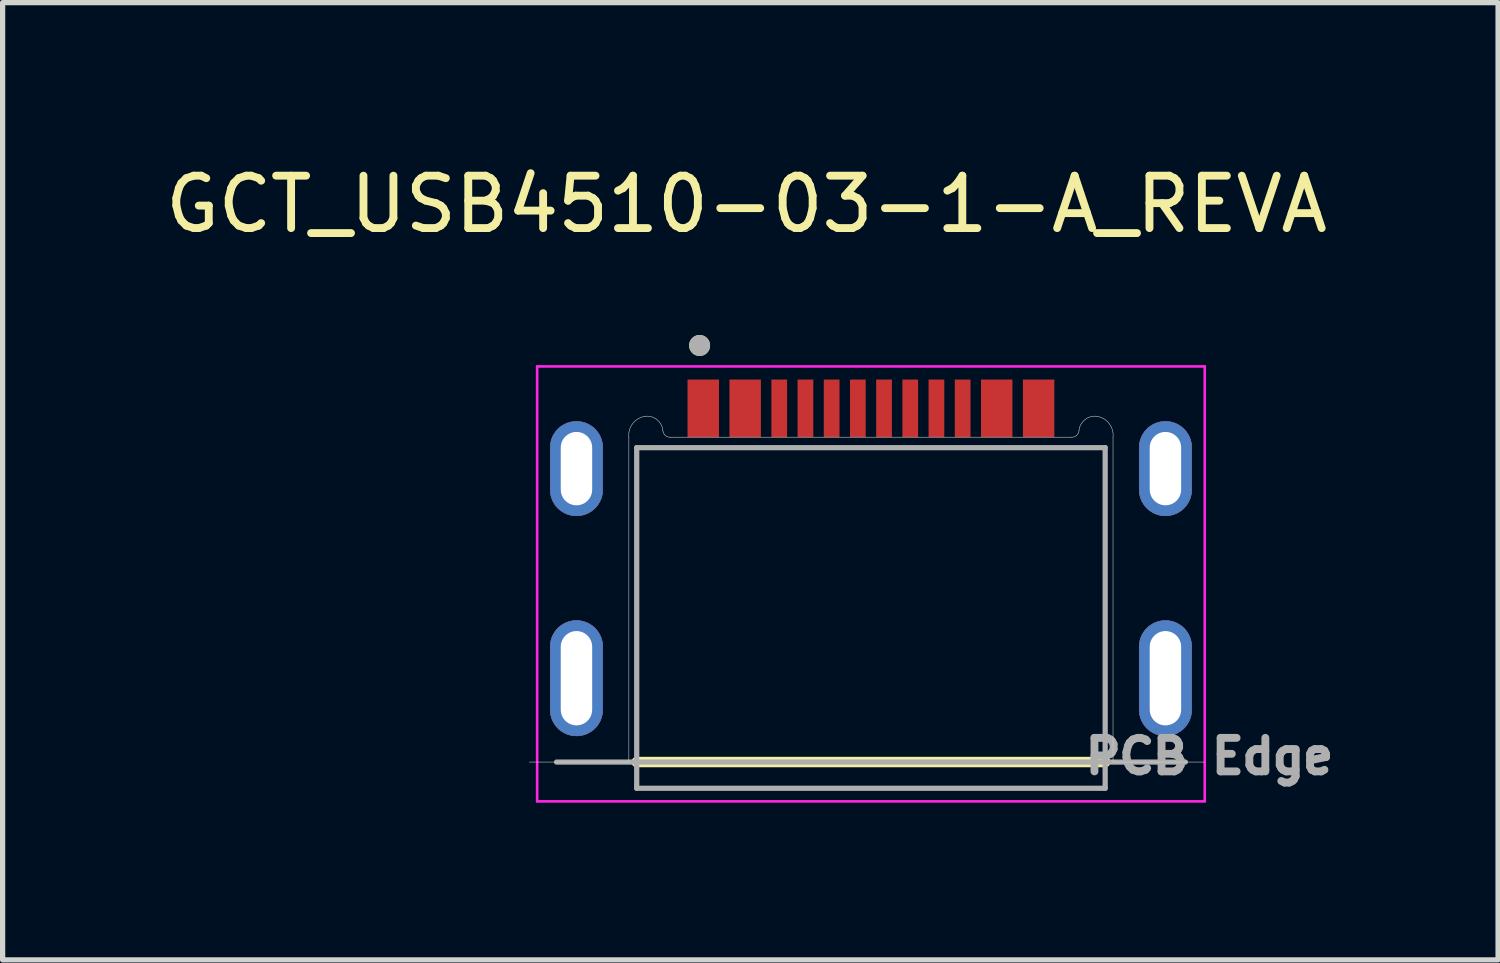
<source format=kicad_pcb>
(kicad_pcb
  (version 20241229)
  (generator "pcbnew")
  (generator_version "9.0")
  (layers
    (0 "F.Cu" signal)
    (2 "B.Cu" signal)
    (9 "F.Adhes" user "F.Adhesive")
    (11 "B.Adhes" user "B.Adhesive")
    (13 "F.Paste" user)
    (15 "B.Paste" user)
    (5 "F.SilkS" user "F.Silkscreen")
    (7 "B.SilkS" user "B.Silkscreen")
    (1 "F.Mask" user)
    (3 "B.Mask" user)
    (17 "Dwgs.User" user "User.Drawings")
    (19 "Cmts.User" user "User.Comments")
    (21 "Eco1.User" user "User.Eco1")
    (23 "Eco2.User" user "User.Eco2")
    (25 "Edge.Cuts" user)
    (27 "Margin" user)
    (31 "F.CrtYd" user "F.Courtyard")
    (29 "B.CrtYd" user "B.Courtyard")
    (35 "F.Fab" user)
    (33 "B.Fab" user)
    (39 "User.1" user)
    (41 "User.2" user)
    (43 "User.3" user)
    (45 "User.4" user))
  (footprint "GCT_USB4510-03-1-A_REVA"
    (layer "F.Cu")
    (at 13.571 9.893)
    (property "Reference" "GCT_USB4510-03-1-A_REVA" (at -2.375 -9.045 0) (layer "F.SilkS") (effects (font (size 1 1) (thickness 0.15))))
    (attr smd)
    (fp_poly (pts (xy -5.62 -3.1) (xy -5.646 -3.101) (xy -5.672 -3.103) (xy -5.698 -3.106) (xy -5.724 -3.111) (xy -5.749 -3.117) (xy -5.775 -3.124) (xy -5.799 -3.133) (xy -5.823 -3.143) (xy -5.847 -3.154) (xy -5.87 -3.167) (xy -5.892 -3.181) (xy -5.914 -3.195) (xy -5.935 -3.211) (xy -5.955 -3.228) (xy -5.974 -3.246) (xy -5.992 -3.265) (xy -6.009 -3.285) (xy -6.025 -3.306) (xy -6.039 -3.328) (xy -6.053 -3.35) (xy -6.066 -3.373) (xy -6.077 -3.397) (xy -6.087 -3.421) (xy -6.096 -3.445) (xy -6.103 -3.471) (xy -6.109 -3.496) (xy -6.114 -3.522) (xy -6.117 -3.548) (xy -6.119 -3.574) (xy -6.12 -3.6) (xy -6.12 -4.4) (xy -6.119 -4.426) (xy -6.117 -4.452) (xy -6.114 -4.478) (xy -6.109 -4.504) (xy -6.103 -4.529) (xy -6.096 -4.555) (xy -6.087 -4.579) (xy -6.077 -4.603) (xy -6.066 -4.627) (xy -6.053 -4.65) (xy -6.039 -4.672) (xy -6.025 -4.694) (xy -6.009 -4.715) (xy -5.992 -4.735) (xy -5.974 -4.754) (xy -5.955 -4.772) (xy -5.935 -4.789) (xy -5.914 -4.805) (xy -5.892 -4.819) (xy -5.87 -4.833) (xy -5.847 -4.846) (xy -5.823 -4.857) (xy -5.799 -4.867) (xy -5.775 -4.876) (xy -5.749 -4.883) (xy -5.724 -4.889) (xy -5.698 -4.894) (xy -5.672 -4.897) (xy -5.646 -4.899) (xy -5.62 -4.9) (xy -5.594 -4.899) (xy -5.568 -4.897) (xy -5.542 -4.894) (xy -5.516 -4.889) (xy -5.491 -4.883) (xy -5.465 -4.876) (xy -5.441 -4.867) (xy -5.417 -4.857) (xy -5.393 -4.846) (xy -5.37 -4.833) (xy -5.348 -4.819) (xy -5.326 -4.805) (xy -5.305 -4.789) (xy -5.285 -4.772) (xy -5.266 -4.754) (xy -5.248 -4.735) (xy -5.231 -4.715) (xy -5.215 -4.694) (xy -5.201 -4.672) (xy -5.187 -4.65) (xy -5.174 -4.627) (xy -5.163 -4.603) (xy -5.153 -4.579) (xy -5.144 -4.555) (xy -5.137 -4.529) (xy -5.131 -4.504) (xy -5.126 -4.478) (xy -5.123 -4.452) (xy -5.121 -4.426) (xy -5.12 -4.4) (xy -5.12 -3.6) (xy -5.121 -3.574) (xy -5.123 -3.548) (xy -5.126 -3.522) (xy -5.131 -3.496) (xy -5.137 -3.471) (xy -5.144 -3.445) (xy -5.153 -3.421) (xy -5.163 -3.397) (xy -5.174 -3.373) (xy -5.187 -3.35) (xy -5.201 -3.328) (xy -5.215 -3.306) (xy -5.231 -3.285) (xy -5.248 -3.265) (xy -5.266 -3.246) (xy -5.285 -3.228) (xy -5.305 -3.211) (xy -5.326 -3.195) (xy -5.348 -3.181) (xy -5.37 -3.167) (xy -5.393 -3.154) (xy -5.417 -3.143) (xy -5.441 -3.133) (xy -5.465 -3.124) (xy -5.491 -3.117) (xy -5.516 -3.111) (xy -5.542 -3.106) (xy -5.568 -3.103) (xy -5.594 -3.101) (xy -5.62 -3.1)) (stroke (width 0.01) (type solid)) (fill yes) (layer "F.Cu"))
    (fp_poly (pts (xy -5.62 1.1) (xy -5.646 1.099) (xy -5.672 1.097) (xy -5.698 1.094) (xy -5.724 1.089) (xy -5.749 1.083) (xy -5.775 1.076) (xy -5.799 1.067) (xy -5.823 1.057) (xy -5.847 1.046) (xy -5.87 1.033) (xy -5.892 1.019) (xy -5.914 1.005) (xy -5.935 0.989) (xy -5.955 0.972) (xy -5.974 0.954) (xy -5.992 0.935) (xy -6.009 0.915) (xy -6.025 0.894) (xy -6.039 0.872) (xy -6.053 0.85) (xy -6.066 0.827) (xy -6.077 0.803) (xy -6.087 0.779) (xy -6.096 0.755) (xy -6.103 0.729) (xy -6.109 0.704) (xy -6.114 0.678) (xy -6.117 0.652) (xy -6.119 0.626) (xy -6.12 0.6) (xy -6.12 -0.6) (xy -6.119 -0.626) (xy -6.117 -0.652) (xy -6.114 -0.678) (xy -6.109 -0.704) (xy -6.103 -0.729) (xy -6.096 -0.755) (xy -6.087 -0.779) (xy -6.077 -0.803) (xy -6.066 -0.827) (xy -6.053 -0.85) (xy -6.039 -0.872) (xy -6.025 -0.894) (xy -6.009 -0.915) (xy -5.992 -0.935) (xy -5.974 -0.954) (xy -5.955 -0.972) (xy -5.935 -0.989) (xy -5.914 -1.005) (xy -5.892 -1.019) (xy -5.87 -1.033) (xy -5.847 -1.046) (xy -5.823 -1.057) (xy -5.799 -1.067) (xy -5.775 -1.076) (xy -5.749 -1.083) (xy -5.724 -1.089) (xy -5.698 -1.094) (xy -5.672 -1.097) (xy -5.646 -1.099) (xy -5.62 -1.1) (xy -5.594 -1.099) (xy -5.568 -1.097) (xy -5.542 -1.094) (xy -5.516 -1.089) (xy -5.491 -1.083) (xy -5.465 -1.076) (xy -5.441 -1.067) (xy -5.417 -1.057) (xy -5.393 -1.046) (xy -5.37 -1.033) (xy -5.348 -1.019) (xy -5.326 -1.005) (xy -5.305 -0.989) (xy -5.285 -0.972) (xy -5.266 -0.954) (xy -5.248 -0.935) (xy -5.231 -0.915) (xy -5.215 -0.894) (xy -5.201 -0.872) (xy -5.187 -0.85) (xy -5.174 -0.827) (xy -5.163 -0.803) (xy -5.153 -0.779) (xy -5.144 -0.755) (xy -5.137 -0.729) (xy -5.131 -0.704) (xy -5.126 -0.678) (xy -5.123 -0.652) (xy -5.121 -0.626) (xy -5.12 -0.6) (xy -5.12 0.6) (xy -5.121 0.626) (xy -5.123 0.652) (xy -5.126 0.678) (xy -5.131 0.704) (xy -5.137 0.729) (xy -5.144 0.755) (xy -5.153 0.779) (xy -5.163 0.803) (xy -5.174 0.827) (xy -5.187 0.85) (xy -5.201 0.872) (xy -5.215 0.894) (xy -5.231 0.915) (xy -5.248 0.935) (xy -5.266 0.954) (xy -5.285 0.972) (xy -5.305 0.989) (xy -5.326 1.005) (xy -5.348 1.019) (xy -5.37 1.033) (xy -5.393 1.046) (xy -5.417 1.057) (xy -5.441 1.067) (xy -5.465 1.076) (xy -5.491 1.083) (xy -5.516 1.089) (xy -5.542 1.094) (xy -5.568 1.097) (xy -5.594 1.099) (xy -5.62 1.1)) (stroke (width 0.01) (type solid)) (fill yes) (layer "F.Cu"))
    (fp_poly (pts (xy 5.62 -3.1) (xy 5.594 -3.101) (xy 5.568 -3.103) (xy 5.542 -3.106) (xy 5.516 -3.111) (xy 5.491 -3.117) (xy 5.465 -3.124) (xy 5.441 -3.133) (xy 5.417 -3.143) (xy 5.393 -3.154) (xy 5.37 -3.167) (xy 5.348 -3.181) (xy 5.326 -3.195) (xy 5.305 -3.211) (xy 5.285 -3.228) (xy 5.266 -3.246) (xy 5.248 -3.265) (xy 5.231 -3.285) (xy 5.215 -3.306) (xy 5.201 -3.328) (xy 5.187 -3.35) (xy 5.174 -3.373) (xy 5.163 -3.397) (xy 5.153 -3.421) (xy 5.144 -3.445) (xy 5.137 -3.471) (xy 5.131 -3.496) (xy 5.126 -3.522) (xy 5.123 -3.548) (xy 5.121 -3.574) (xy 5.12 -3.6) (xy 5.12 -4.4) (xy 5.121 -4.426) (xy 5.123 -4.452) (xy 5.126 -4.478) (xy 5.131 -4.504) (xy 5.137 -4.529) (xy 5.144 -4.555) (xy 5.153 -4.579) (xy 5.163 -4.603) (xy 5.174 -4.627) (xy 5.187 -4.65) (xy 5.201 -4.672) (xy 5.215 -4.694) (xy 5.231 -4.715) (xy 5.248 -4.735) (xy 5.266 -4.754) (xy 5.285 -4.772) (xy 5.305 -4.789) (xy 5.326 -4.805) (xy 5.348 -4.819) (xy 5.37 -4.833) (xy 5.393 -4.846) (xy 5.417 -4.857) (xy 5.441 -4.867) (xy 5.465 -4.876) (xy 5.491 -4.883) (xy 5.516 -4.889) (xy 5.542 -4.894) (xy 5.568 -4.897) (xy 5.594 -4.899) (xy 5.62 -4.9) (xy 5.646 -4.899) (xy 5.672 -4.897) (xy 5.698 -4.894) (xy 5.724 -4.889) (xy 5.749 -4.883) (xy 5.775 -4.876) (xy 5.799 -4.867) (xy 5.823 -4.857) (xy 5.847 -4.846) (xy 5.87 -4.833) (xy 5.892 -4.819) (xy 5.914 -4.805) (xy 5.935 -4.789) (xy 5.955 -4.772) (xy 5.974 -4.754) (xy 5.992 -4.735) (xy 6.009 -4.715) (xy 6.025 -4.694) (xy 6.039 -4.672) (xy 6.053 -4.65) (xy 6.066 -4.627) (xy 6.077 -4.603) (xy 6.087 -4.579) (xy 6.096 -4.555) (xy 6.103 -4.529) (xy 6.109 -4.504) (xy 6.114 -4.478) (xy 6.117 -4.452) (xy 6.119 -4.426) (xy 6.12 -4.4) (xy 6.12 -3.6) (xy 6.119 -3.574) (xy 6.117 -3.548) (xy 6.114 -3.522) (xy 6.109 -3.496) (xy 6.103 -3.471) (xy 6.096 -3.445) (xy 6.087 -3.421) (xy 6.077 -3.397) (xy 6.066 -3.373) (xy 6.053 -3.35) (xy 6.039 -3.328) (xy 6.025 -3.306) (xy 6.009 -3.285) (xy 5.992 -3.265) (xy 5.974 -3.246) (xy 5.955 -3.228) (xy 5.935 -3.211) (xy 5.914 -3.195) (xy 5.892 -3.181) (xy 5.87 -3.167) (xy 5.847 -3.154) (xy 5.823 -3.143) (xy 5.799 -3.133) (xy 5.775 -3.124) (xy 5.749 -3.117) (xy 5.724 -3.111) (xy 5.698 -3.106) (xy 5.672 -3.103) (xy 5.646 -3.101) (xy 5.62 -3.1)) (stroke (width 0.01) (type solid)) (fill yes) (layer "F.Cu"))
    (fp_poly (pts (xy 5.62 1.1) (xy 5.594 1.099) (xy 5.568 1.097) (xy 5.542 1.094) (xy 5.516 1.089) (xy 5.491 1.083) (xy 5.465 1.076) (xy 5.441 1.067) (xy 5.417 1.057) (xy 5.393 1.046) (xy 5.37 1.033) (xy 5.348 1.019) (xy 5.326 1.005) (xy 5.305 0.989) (xy 5.285 0.972) (xy 5.266 0.954) (xy 5.248 0.935) (xy 5.231 0.915) (xy 5.215 0.894) (xy 5.201 0.872) (xy 5.187 0.85) (xy 5.174 0.827) (xy 5.163 0.803) (xy 5.153 0.779) (xy 5.144 0.755) (xy 5.137 0.729) (xy 5.131 0.704) (xy 5.126 0.678) (xy 5.123 0.652) (xy 5.121 0.626) (xy 5.12 0.6) (xy 5.12 -0.6) (xy 5.121 -0.626) (xy 5.123 -0.652) (xy 5.126 -0.678) (xy 5.131 -0.704) (xy 5.137 -0.729) (xy 5.144 -0.755) (xy 5.153 -0.779) (xy 5.163 -0.803) (xy 5.174 -0.827) (xy 5.187 -0.85) (xy 5.201 -0.872) (xy 5.215 -0.894) (xy 5.231 -0.915) (xy 5.248 -0.935) (xy 5.266 -0.954) (xy 5.285 -0.972) (xy 5.305 -0.989) (xy 5.326 -1.005) (xy 5.348 -1.019) (xy 5.37 -1.033) (xy 5.393 -1.046) (xy 5.417 -1.057) (xy 5.441 -1.067) (xy 5.465 -1.076) (xy 5.491 -1.083) (xy 5.516 -1.089) (xy 5.542 -1.094) (xy 5.568 -1.097) (xy 5.594 -1.099) (xy 5.62 -1.1) (xy 5.646 -1.099) (xy 5.672 -1.097) (xy 5.698 -1.094) (xy 5.724 -1.089) (xy 5.749 -1.083) (xy 5.775 -1.076) (xy 5.799 -1.067) (xy 5.823 -1.057) (xy 5.847 -1.046) (xy 5.87 -1.033) (xy 5.892 -1.019) (xy 5.914 -1.005) (xy 5.935 -0.989) (xy 5.955 -0.972) (xy 5.974 -0.954) (xy 5.992 -0.935) (xy 6.009 -0.915) (xy 6.025 -0.894) (xy 6.039 -0.872) (xy 6.053 -0.85) (xy 6.066 -0.827) (xy 6.077 -0.803) (xy 6.087 -0.779) (xy 6.096 -0.755) (xy 6.103 -0.729) (xy 6.109 -0.704) (xy 6.114 -0.678) (xy 6.117 -0.652) (xy 6.119 -0.626) (xy 6.12 -0.6) (xy 6.12 0.6) (xy 6.119 0.626) (xy 6.117 0.652) (xy 6.114 0.678) (xy 6.109 0.704) (xy 6.103 0.729) (xy 6.096 0.755) (xy 6.087 0.779) (xy 6.077 0.803) (xy 6.066 0.827) (xy 6.053 0.85) (xy 6.039 0.872) (xy 6.025 0.894) (xy 6.009 0.915) (xy 5.992 0.935) (xy 5.974 0.954) (xy 5.955 0.972) (xy 5.935 0.989) (xy 5.914 1.005) (xy 5.892 1.019) (xy 5.87 1.033) (xy 5.847 1.046) (xy 5.823 1.057) (xy 5.799 1.067) (xy 5.775 1.076) (xy 5.749 1.083) (xy 5.724 1.089) (xy 5.698 1.094) (xy 5.672 1.097) (xy 5.646 1.099) (xy 5.62 1.1)) (stroke (width 0.01) (type solid)) (fill yes) (layer "F.Cu"))
    (fp_poly (pts (xy -6.22 -3.6) (xy -6.22 -4.4) (xy -6.219 -4.431) (xy -6.217 -4.463) (xy -6.213 -4.494) (xy -6.207 -4.525) (xy -6.2 -4.555) (xy -6.191 -4.585) (xy -6.18 -4.615) (xy -6.168 -4.644) (xy -6.155 -4.672) (xy -6.14 -4.7) (xy -6.123 -4.727) (xy -6.105 -4.753) (xy -6.086 -4.778) (xy -6.066 -4.801) (xy -6.044 -4.824) (xy -6.021 -4.846) (xy -5.998 -4.866) (xy -5.973 -4.885) (xy -5.947 -4.903) (xy -5.92 -4.92) (xy -5.892 -4.935) (xy -5.864 -4.948) (xy -5.835 -4.96) (xy -5.805 -4.971) (xy -5.775 -4.98) (xy -5.745 -4.987) (xy -5.714 -4.993) (xy -5.683 -4.997) (xy -5.651 -4.999) (xy -5.62 -5) (xy -5.589 -4.999) (xy -5.557 -4.997) (xy -5.526 -4.993) (xy -5.495 -4.987) (xy -5.465 -4.98) (xy -5.435 -4.971) (xy -5.405 -4.96) (xy -5.376 -4.948) (xy -5.348 -4.935) (xy -5.32 -4.92) (xy -5.293 -4.903) (xy -5.267 -4.885) (xy -5.242 -4.866) (xy -5.219 -4.846) (xy -5.196 -4.824) (xy -5.174 -4.801) (xy -5.154 -4.778) (xy -5.135 -4.753) (xy -5.117 -4.727) (xy -5.1 -4.7) (xy -5.085 -4.672) (xy -5.072 -4.644) (xy -5.06 -4.615) (xy -5.049 -4.585) (xy -5.04 -4.555) (xy -5.033 -4.525) (xy -5.027 -4.494) (xy -5.023 -4.463) (xy -5.021 -4.431) (xy -5.02 -4.4) (xy -5.02 -3.6) (xy -5.021 -3.569) (xy -5.023 -3.537) (xy -5.027 -3.506) (xy -5.033 -3.475) (xy -5.04 -3.445) (xy -5.049 -3.415) (xy -5.06 -3.385) (xy -5.072 -3.356) (xy -5.085 -3.328) (xy -5.1 -3.3) (xy -5.117 -3.273) (xy -5.135 -3.247) (xy -5.154 -3.222) (xy -5.174 -3.199) (xy -5.196 -3.176) (xy -5.219 -3.154) (xy -5.242 -3.134) (xy -5.267 -3.115) (xy -5.293 -3.097) (xy -5.32 -3.08) (xy -5.348 -3.065) (xy -5.376 -3.052) (xy -5.405 -3.04) (xy -5.435 -3.029) (xy -5.465 -3.02) (xy -5.495 -3.013) (xy -5.526 -3.007) (xy -5.557 -3.003) (xy -5.589 -3.001) (xy -5.62 -3) (xy -5.651 -3.001) (xy -5.683 -3.003) (xy -5.714 -3.007) (xy -5.745 -3.013) (xy -5.775 -3.02) (xy -5.805 -3.029) (xy -5.835 -3.04) (xy -5.864 -3.052) (xy -5.892 -3.065) (xy -5.92 -3.08) (xy -5.947 -3.097) (xy -5.973 -3.115) (xy -5.998 -3.134) (xy -6.021 -3.154) (xy -6.044 -3.176) (xy -6.066 -3.199) (xy -6.086 -3.222) (xy -6.105 -3.247) (xy -6.123 -3.273) (xy -6.14 -3.3) (xy -6.155 -3.328) (xy -6.168 -3.356) (xy -6.18 -3.385) (xy -6.191 -3.415) (xy -6.2 -3.445) (xy -6.207 -3.475) (xy -6.213 -3.506) (xy -6.217 -3.537) (xy -6.219 -3.569) (xy -6.22 -3.6)) (stroke (width 0.01) (type solid)) (fill yes) (layer "F.Mask"))
    (fp_poly (pts (xy -6.22 0.6) (xy -6.22 -0.6) (xy -6.219 -0.631) (xy -6.217 -0.663) (xy -6.213 -0.694) (xy -6.207 -0.725) (xy -6.2 -0.755) (xy -6.191 -0.785) (xy -6.18 -0.815) (xy -6.168 -0.844) (xy -6.155 -0.872) (xy -6.14 -0.9) (xy -6.123 -0.927) (xy -6.105 -0.953) (xy -6.086 -0.978) (xy -6.066 -1.001) (xy -6.044 -1.024) (xy -6.021 -1.046) (xy -5.998 -1.066) (xy -5.973 -1.085) (xy -5.947 -1.103) (xy -5.92 -1.12) (xy -5.892 -1.135) (xy -5.864 -1.148) (xy -5.835 -1.16) (xy -5.805 -1.171) (xy -5.775 -1.18) (xy -5.745 -1.187) (xy -5.714 -1.193) (xy -5.683 -1.197) (xy -5.651 -1.199) (xy -5.62 -1.2) (xy -5.589 -1.199) (xy -5.557 -1.197) (xy -5.526 -1.193) (xy -5.495 -1.187) (xy -5.465 -1.18) (xy -5.435 -1.171) (xy -5.405 -1.16) (xy -5.376 -1.148) (xy -5.348 -1.135) (xy -5.32 -1.12) (xy -5.293 -1.103) (xy -5.267 -1.085) (xy -5.242 -1.066) (xy -5.219 -1.046) (xy -5.196 -1.024) (xy -5.174 -1.001) (xy -5.154 -0.978) (xy -5.135 -0.953) (xy -5.117 -0.927) (xy -5.1 -0.9) (xy -5.085 -0.872) (xy -5.072 -0.844) (xy -5.06 -0.815) (xy -5.049 -0.785) (xy -5.04 -0.755) (xy -5.033 -0.725) (xy -5.027 -0.694) (xy -5.023 -0.663) (xy -5.021 -0.631) (xy -5.02 -0.6) (xy -5.02 0.6) (xy -5.021 0.631) (xy -5.023 0.663) (xy -5.027 0.694) (xy -5.033 0.725) (xy -5.04 0.755) (xy -5.049 0.785) (xy -5.06 0.815) (xy -5.072 0.844) (xy -5.085 0.872) (xy -5.1 0.9) (xy -5.117 0.927) (xy -5.135 0.953) (xy -5.154 0.978) (xy -5.174 1.001) (xy -5.196 1.024) (xy -5.219 1.046) (xy -5.242 1.066) (xy -5.267 1.085) (xy -5.293 1.103) (xy -5.32 1.12) (xy -5.348 1.135) (xy -5.376 1.148) (xy -5.405 1.16) (xy -5.435 1.171) (xy -5.465 1.18) (xy -5.495 1.187) (xy -5.526 1.193) (xy -5.557 1.197) (xy -5.589 1.199) (xy -5.62 1.2) (xy -5.651 1.199) (xy -5.683 1.197) (xy -5.714 1.193) (xy -5.745 1.187) (xy -5.775 1.18) (xy -5.805 1.171) (xy -5.835 1.16) (xy -5.864 1.148) (xy -5.892 1.135) (xy -5.92 1.12) (xy -5.947 1.103) (xy -5.973 1.085) (xy -5.998 1.066) (xy -6.021 1.046) (xy -6.044 1.024) (xy -6.066 1.001) (xy -6.086 0.978) (xy -6.105 0.953) (xy -6.123 0.927) (xy -6.14 0.9) (xy -6.155 0.872) (xy -6.168 0.844) (xy -6.18 0.815) (xy -6.191 0.785) (xy -6.2 0.755) (xy -6.207 0.725) (xy -6.213 0.694) (xy -6.217 0.663) (xy -6.219 0.631) (xy -6.22 0.6)) (stroke (width 0.01) (type solid)) (fill yes) (layer "F.Mask"))
    (fp_poly (pts (xy 5.02 -3.6) (xy 5.02 -4.4) (xy 5.021 -4.431) (xy 5.023 -4.463) (xy 5.027 -4.494) (xy 5.033 -4.525) (xy 5.04 -4.555) (xy 5.049 -4.585) (xy 5.06 -4.615) (xy 5.072 -4.644) (xy 5.085 -4.672) (xy 5.1 -4.7) (xy 5.117 -4.727) (xy 5.135 -4.753) (xy 5.154 -4.778) (xy 5.174 -4.801) (xy 5.196 -4.824) (xy 5.219 -4.846) (xy 5.242 -4.866) (xy 5.267 -4.885) (xy 5.293 -4.903) (xy 5.32 -4.92) (xy 5.348 -4.935) (xy 5.376 -4.948) (xy 5.405 -4.96) (xy 5.435 -4.971) (xy 5.465 -4.98) (xy 5.495 -4.987) (xy 5.526 -4.993) (xy 5.557 -4.997) (xy 5.589 -4.999) (xy 5.62 -5) (xy 5.651 -4.999) (xy 5.683 -4.997) (xy 5.714 -4.993) (xy 5.745 -4.987) (xy 5.775 -4.98) (xy 5.805 -4.971) (xy 5.835 -4.96) (xy 5.864 -4.948) (xy 5.892 -4.935) (xy 5.92 -4.92) (xy 5.947 -4.903) (xy 5.973 -4.885) (xy 5.998 -4.866) (xy 6.021 -4.846) (xy 6.044 -4.824) (xy 6.066 -4.801) (xy 6.086 -4.778) (xy 6.105 -4.753) (xy 6.123 -4.727) (xy 6.14 -4.7) (xy 6.155 -4.672) (xy 6.168 -4.644) (xy 6.18 -4.615) (xy 6.191 -4.585) (xy 6.2 -4.555) (xy 6.207 -4.525) (xy 6.213 -4.494) (xy 6.217 -4.463) (xy 6.219 -4.431) (xy 6.22 -4.4) (xy 6.22 -3.6) (xy 6.219 -3.569) (xy 6.217 -3.537) (xy 6.213 -3.506) (xy 6.207 -3.475) (xy 6.2 -3.445) (xy 6.191 -3.415) (xy 6.18 -3.385) (xy 6.168 -3.356) (xy 6.155 -3.328) (xy 6.14 -3.3) (xy 6.123 -3.273) (xy 6.105 -3.247) (xy 6.086 -3.222) (xy 6.066 -3.199) (xy 6.044 -3.176) (xy 6.021 -3.154) (xy 5.998 -3.134) (xy 5.973 -3.115) (xy 5.947 -3.097) (xy 5.92 -3.08) (xy 5.892 -3.065) (xy 5.864 -3.052) (xy 5.835 -3.04) (xy 5.805 -3.029) (xy 5.775 -3.02) (xy 5.745 -3.013) (xy 5.714 -3.007) (xy 5.683 -3.003) (xy 5.651 -3.001) (xy 5.62 -3) (xy 5.589 -3.001) (xy 5.557 -3.003) (xy 5.526 -3.007) (xy 5.495 -3.013) (xy 5.465 -3.02) (xy 5.435 -3.029) (xy 5.405 -3.04) (xy 5.376 -3.052) (xy 5.348 -3.065) (xy 5.32 -3.08) (xy 5.293 -3.097) (xy 5.267 -3.115) (xy 5.242 -3.134) (xy 5.219 -3.154) (xy 5.196 -3.176) (xy 5.174 -3.199) (xy 5.154 -3.222) (xy 5.135 -3.247) (xy 5.117 -3.273) (xy 5.1 -3.3) (xy 5.085 -3.328) (xy 5.072 -3.356) (xy 5.06 -3.385) (xy 5.049 -3.415) (xy 5.04 -3.445) (xy 5.033 -3.475) (xy 5.027 -3.506) (xy 5.023 -3.537) (xy 5.021 -3.569) (xy 5.02 -3.6)) (stroke (width 0.01) (type solid)) (fill yes) (layer "F.Mask"))
    (fp_poly (pts (xy 5.02 0) (xy 5.02 -0.6) (xy 5.021 -0.631) (xy 5.023 -0.663) (xy 5.027 -0.694) (xy 5.033 -0.725) (xy 5.04 -0.755) (xy 5.049 -0.785) (xy 5.06 -0.815) (xy 5.072 -0.844) (xy 5.085 -0.872) (xy 5.1 -0.9) (xy 5.117 -0.927) (xy 5.135 -0.953) (xy 5.154 -0.978) (xy 5.174 -1.001) (xy 5.196 -1.024) (xy 5.219 -1.046) (xy 5.242 -1.066) (xy 5.267 -1.085) (xy 5.293 -1.103) (xy 5.32 -1.12) (xy 5.348 -1.135) (xy 5.376 -1.148) (xy 5.405 -1.16) (xy 5.435 -1.171) (xy 5.465 -1.18) (xy 5.495 -1.187) (xy 5.526 -1.193) (xy 5.557 -1.197) (xy 5.589 -1.199) (xy 5.62 -1.2) (xy 5.651 -1.199) (xy 5.683 -1.197) (xy 5.714 -1.193) (xy 5.745 -1.187) (xy 5.775 -1.18) (xy 5.805 -1.171) (xy 5.835 -1.16) (xy 5.864 -1.148) (xy 5.892 -1.135) (xy 5.92 -1.12) (xy 5.947 -1.103) (xy 5.973 -1.085) (xy 5.998 -1.066) (xy 6.021 -1.046) (xy 6.044 -1.024) (xy 6.066 -1.001) (xy 6.086 -0.978) (xy 6.105 -0.953) (xy 6.123 -0.927) (xy 6.14 -0.9) (xy 6.155 -0.872) (xy 6.168 -0.844) (xy 6.18 -0.815) (xy 6.191 -0.785) (xy 6.2 -0.755) (xy 6.207 -0.725) (xy 6.213 -0.694) (xy 6.217 -0.663) (xy 6.219 -0.631) (xy 6.22 -0.6) (xy 6.22 0) (xy 6.22 0.6) (xy 6.219 0.631) (xy 6.217 0.663) (xy 6.213 0.694) (xy 6.207 0.725) (xy 6.2 0.755) (xy 6.191 0.785) (xy 6.18 0.815) (xy 6.168 0.844) (xy 6.155 0.872) (xy 6.14 0.9) (xy 6.123 0.927) (xy 6.105 0.953) (xy 6.086 0.978) (xy 6.066 1.001) (xy 6.044 1.024) (xy 6.021 1.046) (xy 5.998 1.066) (xy 5.973 1.085) (xy 5.947 1.103) (xy 5.92 1.12) (xy 5.892 1.135) (xy 5.864 1.148) (xy 5.835 1.16) (xy 5.805 1.171) (xy 5.775 1.18) (xy 5.745 1.187) (xy 5.714 1.193) (xy 5.683 1.197) (xy 5.651 1.199) (xy 5.62 1.2) (xy 5.589 1.199) (xy 5.557 1.197) (xy 5.526 1.193) (xy 5.495 1.187) (xy 5.465 1.18) (xy 5.435 1.171) (xy 5.405 1.16) (xy 5.376 1.148) (xy 5.348 1.135) (xy 5.32 1.12) (xy 5.293 1.103) (xy 5.267 1.085) (xy 5.242 1.066) (xy 5.219 1.046) (xy 5.196 1.024) (xy 5.174 1.001) (xy 5.154 0.978) (xy 5.135 0.953) (xy 5.117 0.927) (xy 5.1 0.9) (xy 5.085 0.872) (xy 5.072 0.844) (xy 5.06 0.815) (xy 5.049 0.785) (xy 5.04 0.755) (xy 5.033 0.725) (xy 5.027 0.694) (xy 5.023 0.663) (xy 5.021 0.631) (xy 5.02 0.6) (xy 5.02 0)) (stroke (width 0.01) (type solid)) (fill yes) (layer "F.Mask"))
    (fp_poly (pts (xy -5.62 -3.1) (xy -5.646 -3.101) (xy -5.672 -3.103) (xy -5.698 -3.106) (xy -5.724 -3.111) (xy -5.749 -3.117) (xy -5.775 -3.124) (xy -5.799 -3.133) (xy -5.823 -3.143) (xy -5.847 -3.154) (xy -5.87 -3.167) (xy -5.892 -3.181) (xy -5.914 -3.195) (xy -5.935 -3.211) (xy -5.955 -3.228) (xy -5.974 -3.246) (xy -5.992 -3.265) (xy -6.009 -3.285) (xy -6.025 -3.306) (xy -6.039 -3.328) (xy -6.053 -3.35) (xy -6.066 -3.373) (xy -6.077 -3.397) (xy -6.087 -3.421) (xy -6.096 -3.445) (xy -6.103 -3.471) (xy -6.109 -3.496) (xy -6.114 -3.522) (xy -6.117 -3.548) (xy -6.119 -3.574) (xy -6.12 -3.6) (xy -6.12 -4.4) (xy -6.119 -4.426) (xy -6.117 -4.452) (xy -6.114 -4.478) (xy -6.109 -4.504) (xy -6.103 -4.529) (xy -6.096 -4.555) (xy -6.087 -4.579) (xy -6.077 -4.603) (xy -6.066 -4.627) (xy -6.053 -4.65) (xy -6.039 -4.672) (xy -6.025 -4.694) (xy -6.009 -4.715) (xy -5.992 -4.735) (xy -5.974 -4.754) (xy -5.955 -4.772) (xy -5.935 -4.789) (xy -5.914 -4.805) (xy -5.892 -4.819) (xy -5.87 -4.833) (xy -5.847 -4.846) (xy -5.823 -4.857) (xy -5.799 -4.867) (xy -5.775 -4.876) (xy -5.749 -4.883) (xy -5.724 -4.889) (xy -5.698 -4.894) (xy -5.672 -4.897) (xy -5.646 -4.899) (xy -5.62 -4.9) (xy -5.594 -4.899) (xy -5.568 -4.897) (xy -5.542 -4.894) (xy -5.516 -4.889) (xy -5.491 -4.883) (xy -5.465 -4.876) (xy -5.441 -4.867) (xy -5.417 -4.857) (xy -5.393 -4.846) (xy -5.37 -4.833) (xy -5.348 -4.819) (xy -5.326 -4.805) (xy -5.305 -4.789) (xy -5.285 -4.772) (xy -5.266 -4.754) (xy -5.248 -4.735) (xy -5.231 -4.715) (xy -5.215 -4.694) (xy -5.201 -4.672) (xy -5.187 -4.65) (xy -5.174 -4.627) (xy -5.163 -4.603) (xy -5.153 -4.579) (xy -5.144 -4.555) (xy -5.137 -4.529) (xy -5.131 -4.504) (xy -5.126 -4.478) (xy -5.123 -4.452) (xy -5.121 -4.426) (xy -5.12 -4.4) (xy -5.12 -3.6) (xy -5.121 -3.574) (xy -5.123 -3.548) (xy -5.126 -3.522) (xy -5.131 -3.496) (xy -5.137 -3.471) (xy -5.144 -3.445) (xy -5.153 -3.421) (xy -5.163 -3.397) (xy -5.174 -3.373) (xy -5.187 -3.35) (xy -5.201 -3.328) (xy -5.215 -3.306) (xy -5.231 -3.285) (xy -5.248 -3.265) (xy -5.266 -3.246) (xy -5.285 -3.228) (xy -5.305 -3.211) (xy -5.326 -3.195) (xy -5.348 -3.181) (xy -5.37 -3.167) (xy -5.393 -3.154) (xy -5.417 -3.143) (xy -5.441 -3.133) (xy -5.465 -3.124) (xy -5.491 -3.117) (xy -5.516 -3.111) (xy -5.542 -3.106) (xy -5.568 -3.103) (xy -5.594 -3.101) (xy -5.62 -3.1)) (stroke (width 0.01) (type solid)) (fill yes) (layer "B.Cu"))
    (fp_poly (pts (xy -5.62 1.1) (xy -5.646 1.099) (xy -5.672 1.097) (xy -5.698 1.094) (xy -5.724 1.089) (xy -5.749 1.083) (xy -5.775 1.076) (xy -5.799 1.067) (xy -5.823 1.057) (xy -5.847 1.046) (xy -5.87 1.033) (xy -5.892 1.019) (xy -5.914 1.005) (xy -5.935 0.989) (xy -5.955 0.972) (xy -5.974 0.954) (xy -5.992 0.935) (xy -6.009 0.915) (xy -6.025 0.894) (xy -6.039 0.872) (xy -6.053 0.85) (xy -6.066 0.827) (xy -6.077 0.803) (xy -6.087 0.779) (xy -6.096 0.755) (xy -6.103 0.729) (xy -6.109 0.704) (xy -6.114 0.678) (xy -6.117 0.652) (xy -6.119 0.626) (xy -6.12 0.6) (xy -6.12 -0.6) (xy -6.119 -0.626) (xy -6.117 -0.652) (xy -6.114 -0.678) (xy -6.109 -0.704) (xy -6.103 -0.729) (xy -6.096 -0.755) (xy -6.087 -0.779) (xy -6.077 -0.803) (xy -6.066 -0.827) (xy -6.053 -0.85) (xy -6.039 -0.872) (xy -6.025 -0.894) (xy -6.009 -0.915) (xy -5.992 -0.935) (xy -5.974 -0.954) (xy -5.955 -0.972) (xy -5.935 -0.989) (xy -5.914 -1.005) (xy -5.892 -1.019) (xy -5.87 -1.033) (xy -5.847 -1.046) (xy -5.823 -1.057) (xy -5.799 -1.067) (xy -5.775 -1.076) (xy -5.749 -1.083) (xy -5.724 -1.089) (xy -5.698 -1.094) (xy -5.672 -1.097) (xy -5.646 -1.099) (xy -5.62 -1.1) (xy -5.594 -1.099) (xy -5.568 -1.097) (xy -5.542 -1.094) (xy -5.516 -1.089) (xy -5.491 -1.083) (xy -5.465 -1.076) (xy -5.441 -1.067) (xy -5.417 -1.057) (xy -5.393 -1.046) (xy -5.37 -1.033) (xy -5.348 -1.019) (xy -5.326 -1.005) (xy -5.305 -0.989) (xy -5.285 -0.972) (xy -5.266 -0.954) (xy -5.248 -0.935) (xy -5.231 -0.915) (xy -5.215 -0.894) (xy -5.201 -0.872) (xy -5.187 -0.85) (xy -5.174 -0.827) (xy -5.163 -0.803) (xy -5.153 -0.779) (xy -5.144 -0.755) (xy -5.137 -0.729) (xy -5.131 -0.704) (xy -5.126 -0.678) (xy -5.123 -0.652) (xy -5.121 -0.626) (xy -5.12 -0.6) (xy -5.12 0.6) (xy -5.121 0.626) (xy -5.123 0.652) (xy -5.126 0.678) (xy -5.131 0.704) (xy -5.137 0.729) (xy -5.144 0.755) (xy -5.153 0.779) (xy -5.163 0.803) (xy -5.174 0.827) (xy -5.187 0.85) (xy -5.201 0.872) (xy -5.215 0.894) (xy -5.231 0.915) (xy -5.248 0.935) (xy -5.266 0.954) (xy -5.285 0.972) (xy -5.305 0.989) (xy -5.326 1.005) (xy -5.348 1.019) (xy -5.37 1.033) (xy -5.393 1.046) (xy -5.417 1.057) (xy -5.441 1.067) (xy -5.465 1.076) (xy -5.491 1.083) (xy -5.516 1.089) (xy -5.542 1.094) (xy -5.568 1.097) (xy -5.594 1.099) (xy -5.62 1.1)) (stroke (width 0.01) (type solid)) (fill yes) (layer "B.Cu"))
    (fp_poly (pts (xy 5.62 -3.1) (xy 5.594 -3.101) (xy 5.568 -3.103) (xy 5.542 -3.106) (xy 5.516 -3.111) (xy 5.491 -3.117) (xy 5.465 -3.124) (xy 5.441 -3.133) (xy 5.417 -3.143) (xy 5.393 -3.154) (xy 5.37 -3.167) (xy 5.348 -3.181) (xy 5.326 -3.195) (xy 5.305 -3.211) (xy 5.285 -3.228) (xy 5.266 -3.246) (xy 5.248 -3.265) (xy 5.231 -3.285) (xy 5.215 -3.306) (xy 5.201 -3.328) (xy 5.187 -3.35) (xy 5.174 -3.373) (xy 5.163 -3.397) (xy 5.153 -3.421) (xy 5.144 -3.445) (xy 5.137 -3.471) (xy 5.131 -3.496) (xy 5.126 -3.522) (xy 5.123 -3.548) (xy 5.121 -3.574) (xy 5.12 -3.6) (xy 5.12 -4.4) (xy 5.121 -4.426) (xy 5.123 -4.452) (xy 5.126 -4.478) (xy 5.131 -4.504) (xy 5.137 -4.529) (xy 5.144 -4.555) (xy 5.153 -4.579) (xy 5.163 -4.603) (xy 5.174 -4.627) (xy 5.187 -4.65) (xy 5.201 -4.672) (xy 5.215 -4.694) (xy 5.231 -4.715) (xy 5.248 -4.735) (xy 5.266 -4.754) (xy 5.285 -4.772) (xy 5.305 -4.789) (xy 5.326 -4.805) (xy 5.348 -4.819) (xy 5.37 -4.833) (xy 5.393 -4.846) (xy 5.417 -4.857) (xy 5.441 -4.867) (xy 5.465 -4.876) (xy 5.491 -4.883) (xy 5.516 -4.889) (xy 5.542 -4.894) (xy 5.568 -4.897) (xy 5.594 -4.899) (xy 5.62 -4.9) (xy 5.646 -4.899) (xy 5.672 -4.897) (xy 5.698 -4.894) (xy 5.724 -4.889) (xy 5.749 -4.883) (xy 5.775 -4.876) (xy 5.799 -4.867) (xy 5.823 -4.857) (xy 5.847 -4.846) (xy 5.87 -4.833) (xy 5.892 -4.819) (xy 5.914 -4.805) (xy 5.935 -4.789) (xy 5.955 -4.772) (xy 5.974 -4.754) (xy 5.992 -4.735) (xy 6.009 -4.715) (xy 6.025 -4.694) (xy 6.039 -4.672) (xy 6.053 -4.65) (xy 6.066 -4.627) (xy 6.077 -4.603) (xy 6.087 -4.579) (xy 6.096 -4.555) (xy 6.103 -4.529) (xy 6.109 -4.504) (xy 6.114 -4.478) (xy 6.117 -4.452) (xy 6.119 -4.426) (xy 6.12 -4.4) (xy 6.12 -3.6) (xy 6.119 -3.574) (xy 6.117 -3.548) (xy 6.114 -3.522) (xy 6.109 -3.496) (xy 6.103 -3.471) (xy 6.096 -3.445) (xy 6.087 -3.421) (xy 6.077 -3.397) (xy 6.066 -3.373) (xy 6.053 -3.35) (xy 6.039 -3.328) (xy 6.025 -3.306) (xy 6.009 -3.285) (xy 5.992 -3.265) (xy 5.974 -3.246) (xy 5.955 -3.228) (xy 5.935 -3.211) (xy 5.914 -3.195) (xy 5.892 -3.181) (xy 5.87 -3.167) (xy 5.847 -3.154) (xy 5.823 -3.143) (xy 5.799 -3.133) (xy 5.775 -3.124) (xy 5.749 -3.117) (xy 5.724 -3.111) (xy 5.698 -3.106) (xy 5.672 -3.103) (xy 5.646 -3.101) (xy 5.62 -3.1)) (stroke (width 0.01) (type solid)) (fill yes) (layer "B.Cu"))
    (fp_poly (pts (xy 5.62 1.1) (xy 5.594 1.099) (xy 5.568 1.097) (xy 5.542 1.094) (xy 5.516 1.089) (xy 5.491 1.083) (xy 5.465 1.076) (xy 5.441 1.067) (xy 5.417 1.057) (xy 5.393 1.046) (xy 5.37 1.033) (xy 5.348 1.019) (xy 5.326 1.005) (xy 5.305 0.989) (xy 5.285 0.972) (xy 5.266 0.954) (xy 5.248 0.935) (xy 5.231 0.915) (xy 5.215 0.894) (xy 5.201 0.872) (xy 5.187 0.85) (xy 5.174 0.827) (xy 5.163 0.803) (xy 5.153 0.779) (xy 5.144 0.755) (xy 5.137 0.729) (xy 5.131 0.704) (xy 5.126 0.678) (xy 5.123 0.652) (xy 5.121 0.626) (xy 5.12 0.6) (xy 5.12 -0.6) (xy 5.121 -0.626) (xy 5.123 -0.652) (xy 5.126 -0.678) (xy 5.131 -0.704) (xy 5.137 -0.729) (xy 5.144 -0.755) (xy 5.153 -0.779) (xy 5.163 -0.803) (xy 5.174 -0.827) (xy 5.187 -0.85) (xy 5.201 -0.872) (xy 5.215 -0.894) (xy 5.231 -0.915) (xy 5.248 -0.935) (xy 5.266 -0.954) (xy 5.285 -0.972) (xy 5.305 -0.989) (xy 5.326 -1.005) (xy 5.348 -1.019) (xy 5.37 -1.033) (xy 5.393 -1.046) (xy 5.417 -1.057) (xy 5.441 -1.067) (xy 5.465 -1.076) (xy 5.491 -1.083) (xy 5.516 -1.089) (xy 5.542 -1.094) (xy 5.568 -1.097) (xy 5.594 -1.099) (xy 5.62 -1.1) (xy 5.646 -1.099) (xy 5.672 -1.097) (xy 5.698 -1.094) (xy 5.724 -1.089) (xy 5.749 -1.083) (xy 5.775 -1.076) (xy 5.799 -1.067) (xy 5.823 -1.057) (xy 5.847 -1.046) (xy 5.87 -1.033) (xy 5.892 -1.019) (xy 5.914 -1.005) (xy 5.935 -0.989) (xy 5.955 -0.972) (xy 5.974 -0.954) (xy 5.992 -0.935) (xy 6.009 -0.915) (xy 6.025 -0.894) (xy 6.039 -0.872) (xy 6.053 -0.85) (xy 6.066 -0.827) (xy 6.077 -0.803) (xy 6.087 -0.779) (xy 6.096 -0.755) (xy 6.103 -0.729) (xy 6.109 -0.704) (xy 6.114 -0.678) (xy 6.117 -0.652) (xy 6.119 -0.626) (xy 6.12 -0.6) (xy 6.12 0.6) (xy 6.119 0.626) (xy 6.117 0.652) (xy 6.114 0.678) (xy 6.109 0.704) (xy 6.103 0.729) (xy 6.096 0.755) (xy 6.087 0.779) (xy 6.077 0.803) (xy 6.066 0.827) (xy 6.053 0.85) (xy 6.039 0.872) (xy 6.025 0.894) (xy 6.009 0.915) (xy 5.992 0.935) (xy 5.974 0.954) (xy 5.955 0.972) (xy 5.935 0.989) (xy 5.914 1.005) (xy 5.892 1.019) (xy 5.87 1.033) (xy 5.847 1.046) (xy 5.823 1.057) (xy 5.799 1.067) (xy 5.775 1.076) (xy 5.749 1.083) (xy 5.724 1.089) (xy 5.698 1.094) (xy 5.672 1.097) (xy 5.646 1.099) (xy 5.62 1.1)) (stroke (width 0.01) (type solid)) (fill yes) (layer "B.Cu"))
    (fp_poly (pts (xy -6.22 -3.6) (xy -6.22 -4.4) (xy -6.219 -4.431) (xy -6.217 -4.463) (xy -6.213 -4.494) (xy -6.207 -4.525) (xy -6.2 -4.555) (xy -6.191 -4.585) (xy -6.18 -4.615) (xy -6.168 -4.644) (xy -6.155 -4.672) (xy -6.14 -4.7) (xy -6.123 -4.727) (xy -6.105 -4.753) (xy -6.086 -4.778) (xy -6.066 -4.801) (xy -6.044 -4.824) (xy -6.021 -4.846) (xy -5.998 -4.866) (xy -5.973 -4.885) (xy -5.947 -4.903) (xy -5.92 -4.92) (xy -5.892 -4.935) (xy -5.864 -4.948) (xy -5.835 -4.96) (xy -5.805 -4.971) (xy -5.775 -4.98) (xy -5.745 -4.987) (xy -5.714 -4.993) (xy -5.683 -4.997) (xy -5.651 -4.999) (xy -5.62 -5) (xy -5.589 -4.999) (xy -5.557 -4.997) (xy -5.526 -4.993) (xy -5.495 -4.987) (xy -5.465 -4.98) (xy -5.435 -4.971) (xy -5.405 -4.96) (xy -5.376 -4.948) (xy -5.348 -4.935) (xy -5.32 -4.92) (xy -5.293 -4.903) (xy -5.267 -4.885) (xy -5.242 -4.866) (xy -5.219 -4.846) (xy -5.196 -4.824) (xy -5.174 -4.801) (xy -5.154 -4.778) (xy -5.135 -4.753) (xy -5.117 -4.727) (xy -5.1 -4.7) (xy -5.085 -4.672) (xy -5.072 -4.644) (xy -5.06 -4.615) (xy -5.049 -4.585) (xy -5.04 -4.555) (xy -5.033 -4.525) (xy -5.027 -4.494) (xy -5.023 -4.463) (xy -5.021 -4.431) (xy -5.02 -4.4) (xy -5.02 -3.6) (xy -5.021 -3.569) (xy -5.023 -3.537) (xy -5.027 -3.506) (xy -5.033 -3.475) (xy -5.04 -3.445) (xy -5.049 -3.415) (xy -5.06 -3.385) (xy -5.072 -3.356) (xy -5.085 -3.328) (xy -5.1 -3.3) (xy -5.117 -3.273) (xy -5.135 -3.247) (xy -5.154 -3.222) (xy -5.174 -3.199) (xy -5.196 -3.176) (xy -5.219 -3.154) (xy -5.242 -3.134) (xy -5.267 -3.115) (xy -5.293 -3.097) (xy -5.32 -3.08) (xy -5.348 -3.065) (xy -5.376 -3.052) (xy -5.405 -3.04) (xy -5.435 -3.029) (xy -5.465 -3.02) (xy -5.495 -3.013) (xy -5.526 -3.007) (xy -5.557 -3.003) (xy -5.589 -3.001) (xy -5.62 -3) (xy -5.651 -3.001) (xy -5.683 -3.003) (xy -5.714 -3.007) (xy -5.745 -3.013) (xy -5.775 -3.02) (xy -5.805 -3.029) (xy -5.835 -3.04) (xy -5.864 -3.052) (xy -5.892 -3.065) (xy -5.92 -3.08) (xy -5.947 -3.097) (xy -5.973 -3.115) (xy -5.998 -3.134) (xy -6.021 -3.154) (xy -6.044 -3.176) (xy -6.066 -3.199) (xy -6.086 -3.222) (xy -6.105 -3.247) (xy -6.123 -3.273) (xy -6.14 -3.3) (xy -6.155 -3.328) (xy -6.168 -3.356) (xy -6.18 -3.385) (xy -6.191 -3.415) (xy -6.2 -3.445) (xy -6.207 -3.475) (xy -6.213 -3.506) (xy -6.217 -3.537) (xy -6.219 -3.569) (xy -6.22 -3.6)) (stroke (width 0.01) (type solid)) (fill yes) (layer "B.Mask"))
    (fp_poly (pts (xy -6.22 0.6) (xy -6.22 -0.6) (xy -6.219 -0.631) (xy -6.217 -0.663) (xy -6.213 -0.694) (xy -6.207 -0.725) (xy -6.2 -0.755) (xy -6.191 -0.785) (xy -6.18 -0.815) (xy -6.168 -0.844) (xy -6.155 -0.872) (xy -6.14 -0.9) (xy -6.123 -0.927) (xy -6.105 -0.953) (xy -6.086 -0.978) (xy -6.066 -1.001) (xy -6.044 -1.024) (xy -6.021 -1.046) (xy -5.998 -1.066) (xy -5.973 -1.085) (xy -5.947 -1.103) (xy -5.92 -1.12) (xy -5.892 -1.135) (xy -5.864 -1.148) (xy -5.835 -1.16) (xy -5.805 -1.171) (xy -5.775 -1.18) (xy -5.745 -1.187) (xy -5.714 -1.193) (xy -5.683 -1.197) (xy -5.651 -1.199) (xy -5.62 -1.2) (xy -5.589 -1.199) (xy -5.557 -1.197) (xy -5.526 -1.193) (xy -5.495 -1.187) (xy -5.465 -1.18) (xy -5.435 -1.171) (xy -5.405 -1.16) (xy -5.376 -1.148) (xy -5.348 -1.135) (xy -5.32 -1.12) (xy -5.293 -1.103) (xy -5.267 -1.085) (xy -5.242 -1.066) (xy -5.219 -1.046) (xy -5.196 -1.024) (xy -5.174 -1.001) (xy -5.154 -0.978) (xy -5.135 -0.953) (xy -5.117 -0.927) (xy -5.1 -0.9) (xy -5.085 -0.872) (xy -5.072 -0.844) (xy -5.06 -0.815) (xy -5.049 -0.785) (xy -5.04 -0.755) (xy -5.033 -0.725) (xy -5.027 -0.694) (xy -5.023 -0.663) (xy -5.021 -0.631) (xy -5.02 -0.6) (xy -5.02 0.6) (xy -5.021 0.631) (xy -5.023 0.663) (xy -5.027 0.694) (xy -5.033 0.725) (xy -5.04 0.755) (xy -5.049 0.785) (xy -5.06 0.815) (xy -5.072 0.844) (xy -5.085 0.872) (xy -5.1 0.9) (xy -5.117 0.927) (xy -5.135 0.953) (xy -5.154 0.978) (xy -5.174 1.001) (xy -5.196 1.024) (xy -5.219 1.046) (xy -5.242 1.066) (xy -5.267 1.085) (xy -5.293 1.103) (xy -5.32 1.12) (xy -5.348 1.135) (xy -5.376 1.148) (xy -5.405 1.16) (xy -5.435 1.171) (xy -5.465 1.18) (xy -5.495 1.187) (xy -5.526 1.193) (xy -5.557 1.197) (xy -5.589 1.199) (xy -5.62 1.2) (xy -5.651 1.199) (xy -5.683 1.197) (xy -5.714 1.193) (xy -5.745 1.187) (xy -5.775 1.18) (xy -5.805 1.171) (xy -5.835 1.16) (xy -5.864 1.148) (xy -5.892 1.135) (xy -5.92 1.12) (xy -5.947 1.103) (xy -5.973 1.085) (xy -5.998 1.066) (xy -6.021 1.046) (xy -6.044 1.024) (xy -6.066 1.001) (xy -6.086 0.978) (xy -6.105 0.953) (xy -6.123 0.927) (xy -6.14 0.9) (xy -6.155 0.872) (xy -6.168 0.844) (xy -6.18 0.815) (xy -6.191 0.785) (xy -6.2 0.755) (xy -6.207 0.725) (xy -6.213 0.694) (xy -6.217 0.663) (xy -6.219 0.631) (xy -6.22 0.6)) (stroke (width 0.01) (type solid)) (fill yes) (layer "B.Mask"))
    (fp_poly (pts (xy 5.02 -3.6) (xy 5.02 -4.4) (xy 5.021 -4.431) (xy 5.023 -4.463) (xy 5.027 -4.494) (xy 5.033 -4.525) (xy 5.04 -4.555) (xy 5.049 -4.585) (xy 5.06 -4.615) (xy 5.072 -4.644) (xy 5.085 -4.672) (xy 5.1 -4.7) (xy 5.117 -4.727) (xy 5.135 -4.753) (xy 5.154 -4.778) (xy 5.174 -4.801) (xy 5.196 -4.824) (xy 5.219 -4.846) (xy 5.242 -4.866) (xy 5.267 -4.885) (xy 5.293 -4.903) (xy 5.32 -4.92) (xy 5.348 -4.935) (xy 5.376 -4.948) (xy 5.405 -4.96) (xy 5.435 -4.971) (xy 5.465 -4.98) (xy 5.495 -4.987) (xy 5.526 -4.993) (xy 5.557 -4.997) (xy 5.589 -4.999) (xy 5.62 -5) (xy 5.651 -4.999) (xy 5.683 -4.997) (xy 5.714 -4.993) (xy 5.745 -4.987) (xy 5.775 -4.98) (xy 5.805 -4.971) (xy 5.835 -4.96) (xy 5.864 -4.948) (xy 5.892 -4.935) (xy 5.92 -4.92) (xy 5.947 -4.903) (xy 5.973 -4.885) (xy 5.998 -4.866) (xy 6.021 -4.846) (xy 6.044 -4.824) (xy 6.066 -4.801) (xy 6.086 -4.778) (xy 6.105 -4.753) (xy 6.123 -4.727) (xy 6.14 -4.7) (xy 6.155 -4.672) (xy 6.168 -4.644) (xy 6.18 -4.615) (xy 6.191 -4.585) (xy 6.2 -4.555) (xy 6.207 -4.525) (xy 6.213 -4.494) (xy 6.217 -4.463) (xy 6.219 -4.431) (xy 6.22 -4.4) (xy 6.22 -3.6) (xy 6.219 -3.569) (xy 6.217 -3.537) (xy 6.213 -3.506) (xy 6.207 -3.475) (xy 6.2 -3.445) (xy 6.191 -3.415) (xy 6.18 -3.385) (xy 6.168 -3.356) (xy 6.155 -3.328) (xy 6.14 -3.3) (xy 6.123 -3.273) (xy 6.105 -3.247) (xy 6.086 -3.222) (xy 6.066 -3.199) (xy 6.044 -3.176) (xy 6.021 -3.154) (xy 5.998 -3.134) (xy 5.973 -3.115) (xy 5.947 -3.097) (xy 5.92 -3.08) (xy 5.892 -3.065) (xy 5.864 -3.052) (xy 5.835 -3.04) (xy 5.805 -3.029) (xy 5.775 -3.02) (xy 5.745 -3.013) (xy 5.714 -3.007) (xy 5.683 -3.003) (xy 5.651 -3.001) (xy 5.62 -3) (xy 5.589 -3.001) (xy 5.557 -3.003) (xy 5.526 -3.007) (xy 5.495 -3.013) (xy 5.465 -3.02) (xy 5.435 -3.029) (xy 5.405 -3.04) (xy 5.376 -3.052) (xy 5.348 -3.065) (xy 5.32 -3.08) (xy 5.293 -3.097) (xy 5.267 -3.115) (xy 5.242 -3.134) (xy 5.219 -3.154) (xy 5.196 -3.176) (xy 5.174 -3.199) (xy 5.154 -3.222) (xy 5.135 -3.247) (xy 5.117 -3.273) (xy 5.1 -3.3) (xy 5.085 -3.328) (xy 5.072 -3.356) (xy 5.06 -3.385) (xy 5.049 -3.415) (xy 5.04 -3.445) (xy 5.033 -3.475) (xy 5.027 -3.506) (xy 5.023 -3.537) (xy 5.021 -3.569) (xy 5.02 -3.6)) (stroke (width 0.01) (type solid)) (fill yes) (layer "B.Mask"))
    (fp_poly (pts (xy 5.02 0.6) (xy 5.02 -0.6) (xy 5.021 -0.631) (xy 5.023 -0.663) (xy 5.027 -0.694) (xy 5.033 -0.725) (xy 5.04 -0.755) (xy 5.049 -0.785) (xy 5.06 -0.815) (xy 5.072 -0.844) (xy 5.085 -0.872) (xy 5.1 -0.9) (xy 5.117 -0.927) (xy 5.135 -0.953) (xy 5.154 -0.978) (xy 5.174 -1.001) (xy 5.196 -1.024) (xy 5.219 -1.046) (xy 5.242 -1.066) (xy 5.267 -1.085) (xy 5.293 -1.103) (xy 5.32 -1.12) (xy 5.348 -1.135) (xy 5.376 -1.148) (xy 5.405 -1.16) (xy 5.435 -1.171) (xy 5.465 -1.18) (xy 5.495 -1.187) (xy 5.526 -1.193) (xy 5.557 -1.197) (xy 5.589 -1.199) (xy 5.62 -1.2) (xy 5.651 -1.199) (xy 5.683 -1.197) (xy 5.714 -1.193) (xy 5.745 -1.187) (xy 5.775 -1.18) (xy 5.805 -1.171) (xy 5.835 -1.16) (xy 5.864 -1.148) (xy 5.892 -1.135) (xy 5.92 -1.12) (xy 5.947 -1.103) (xy 5.973 -1.085) (xy 5.998 -1.066) (xy 6.021 -1.046) (xy 6.044 -1.024) (xy 6.066 -1.001) (xy 6.086 -0.978) (xy 6.105 -0.953) (xy 6.123 -0.927) (xy 6.14 -0.9) (xy 6.155 -0.872) (xy 6.168 -0.844) (xy 6.18 -0.815) (xy 6.191 -0.785) (xy 6.2 -0.755) (xy 6.207 -0.725) (xy 6.213 -0.694) (xy 6.217 -0.663) (xy 6.219 -0.631) (xy 6.22 -0.6) (xy 6.22 0.6) (xy 6.219 0.631) (xy 6.217 0.663) (xy 6.213 0.694) (xy 6.207 0.725) (xy 6.2 0.755) (xy 6.191 0.785) (xy 6.18 0.815) (xy 6.168 0.844) (xy 6.155 0.872) (xy 6.14 0.9) (xy 6.123 0.927) (xy 6.105 0.953) (xy 6.086 0.978) (xy 6.066 1.001) (xy 6.044 1.024) (xy 6.021 1.046) (xy 5.998 1.066) (xy 5.973 1.085) (xy 5.947 1.103) (xy 5.92 1.12) (xy 5.892 1.135) (xy 5.864 1.148) (xy 5.835 1.16) (xy 5.805 1.171) (xy 5.775 1.18) (xy 5.745 1.187) (xy 5.714 1.193) (xy 5.683 1.197) (xy 5.651 1.199) (xy 5.62 1.2) (xy 5.589 1.199) (xy 5.557 1.197) (xy 5.526 1.193) (xy 5.495 1.187) (xy 5.465 1.18) (xy 5.435 1.171) (xy 5.405 1.16) (xy 5.376 1.148) (xy 5.348 1.135) (xy 5.32 1.12) (xy 5.293 1.103) (xy 5.267 1.085) (xy 5.242 1.066) (xy 5.219 1.046) (xy 5.196 1.024) (xy 5.174 1.001) (xy 5.154 0.978) (xy 5.135 0.953) (xy 5.117 0.927) (xy 5.1 0.9) (xy 5.085 0.872) (xy 5.072 0.844) (xy 5.06 0.815) (xy 5.049 0.785) (xy 5.04 0.755) (xy 5.033 0.725) (xy 5.027 0.694) (xy 5.023 0.663) (xy 5.021 0.631) (xy 5.02 0.6)) (stroke (width 0.01) (type solid)) (fill yes) (layer "B.Mask"))
    (fp_line (start -4.47 1.6) (end 4.47 1.6) (stroke (width 0.2) (type solid)) (layer "F.SilkS"))
    (fp_circle (center -3.27 -6.35) (end -3.17 -6.35) (stroke (width 0.2) (type solid)) (fill no) (layer "F.SilkS"))
    (fp_line (start -6.52 1.6) (end -4.62 1.6) (stroke (width 0.01) (type solid)) (layer "Edge.Cuts"))
    (fp_line (start -4.62 1.6) (end -4.62 -4.6) (stroke (width 0.01) (type solid)) (layer "Edge.Cuts"))
    (fp_line (start -3.82 -4.6) (end 3.82 -4.6) (stroke (width 0.01) (type solid)) (layer "Edge.Cuts"))
    (fp_line (start 4.62 -4.6) (end 4.62 1.6) (stroke (width 0.01) (type solid)) (layer "Edge.Cuts"))
    (fp_line (start 4.62 1.6) (end 6.36 1.6) (stroke (width 0.01) (type solid)) (layer "Edge.Cuts"))
    (fp_arc (start -4.62 -4.6) (mid -4.540343 -4.86731) (end -4.295 -5) (stroke (width 0.01) (type solid)) (layer "Edge.Cuts"))
    (fp_arc (start -4.295 -5) (mid -4.07451 -4.92731) (end -3.97 -4.72) (stroke (width 0.01) (type solid)) (layer "Edge.Cuts"))
    (fp_arc (start -3.82 -4.6) (mid -3.919853 -4.628934) (end -3.97 -4.72) (stroke (width 0.01) (type solid)) (layer "Edge.Cuts"))
    (fp_arc (start 3.97 -4.72) (mid 3.919853 -4.628934) (end 3.82 -4.6) (stroke (width 0.01) (type solid)) (layer "Edge.Cuts"))
    (fp_arc (start 3.97 -4.72) (mid 4.07451 -4.92731) (end 4.295 -5) (stroke (width 0.01) (type solid)) (layer "Edge.Cuts"))
    (fp_arc (start 4.295 -5) (mid 4.540343 -4.86731) (end 4.62 -4.6) (stroke (width 0.01) (type solid)) (layer "Edge.Cuts"))
    (fp_line (start -6.37 -5.95) (end 6.37 -5.95) (stroke (width 0.05) (type solid)) (layer "F.CrtYd"))
    (fp_line (start -6.37 2.35) (end -6.37 -5.95) (stroke (width 0.05) (type solid)) (layer "F.CrtYd"))
    (fp_line (start -6.37 2.35) (end 6.37 2.35) (stroke (width 0.05) (type solid)) (layer "F.CrtYd"))
    (fp_line (start 6.37 2.35) (end 6.37 -5.95) (stroke (width 0.05) (type solid)) (layer "F.CrtYd"))
    (fp_line (start -6 1.6) (end 6 1.6) (stroke (width 0.1) (type solid)) (layer "F.Fab"))
    (fp_line (start -4.47 -4.4) (end 4.47 -4.4) (stroke (width 0.1) (type solid)) (layer "F.Fab"))
    (fp_line (start -4.47 2.1) (end -4.47 -4.4) (stroke (width 0.1) (type solid)) (layer "F.Fab"))
    (fp_line (start -4.47 2.1) (end 4.47 2.1) (stroke (width 0.1) (type solid)) (layer "F.Fab"))
    (fp_line (start 4.47 2.1) (end 4.47 -4.4) (stroke (width 0.1) (type solid)) (layer "F.Fab"))
    (fp_circle (center -3.27 -6.35) (end -3.17 -6.35) (stroke (width 0.2) (type solid)) (fill no) (layer "F.Fab"))
    (fp_text user "PCB Edge" (at 6.46 1.49 0) (layer "F.Fab") (effects (font (size 0.64 0.64) (thickness 0.15))))
    (pad "A1" smd rect (at -3.2 -5.15) (size 0.6 1.1) (layers "F.Cu" "F.Mask" "F.Paste"))
    (pad "A1" smd rect (at 3.2 -5.15) (size 0.6 1.1) (layers "F.Cu" "F.Mask" "F.Paste"))
    (pad "A4" smd rect (at -2.4 -5.15) (size 0.6 1.1) (layers "F.Cu" "F.Mask" "F.Paste"))
    (pad "A4" smd rect (at 2.4 -5.15) (size 0.6 1.1) (layers "F.Cu" "F.Mask" "F.Paste"))
    (pad "A5" smd rect (at -1.25 -5.15) (size 0.3 1.1) (layers "F.Cu" "F.Mask" "F.Paste"))
    (pad "A6" smd rect (at -0.25 -5.15) (size 0.3 1.1) (layers "F.Cu" "F.Mask" "F.Paste"))
    (pad "A7" smd rect (at 0.25 -5.15) (size 0.3 1.1) (layers "F.Cu" "F.Mask" "F.Paste"))
    (pad "A8" smd rect (at 1.25 -5.15) (size 0.3 1.1) (layers "F.Cu" "F.Mask" "F.Paste"))
    (pad "B5" smd rect (at 1.75 -5.15) (size 0.3 1.1) (layers "F.Cu" "F.Mask" "F.Paste"))
    (pad "B6" smd rect (at 0.75 -5.15) (size 0.3 1.1) (layers "F.Cu" "F.Mask" "F.Paste"))
    (pad "B7" smd rect (at -0.75 -5.15) (size 0.3 1.1) (layers "F.Cu" "F.Mask" "F.Paste"))
    (pad "B8" smd rect (at -1.75 -5.15) (size 0.3 1.1) (layers "F.Cu" "F.Mask" "F.Paste"))
    (pad "S1" thru_hole oval (at -5.62 0) (size 0.95 1.9) (drill oval 0.6 1.8) (layers "*.Cu"))
    (pad "S2" thru_hole oval (at 5.62 -4) (size 0.8 1.6) (drill oval 0.6 1.4) (layers "*.Cu"))
    (pad "S3" thru_hole oval (at -5.62 -4) (size 0.8 1.6) (drill oval 0.6 1.4) (layers "*.Cu"))
    (pad "S4" thru_hole oval (at 5.62 0) (size 0.95 1.9) (drill oval 0.6 1.8) (layers "*.Cu")))
  (gr_rect
    (start -3 -3)
    (end 25.539 15.268)
    (stroke (width 0.1) (type default))
    (fill no)
    (layer "Edge.Cuts")))
</source>
